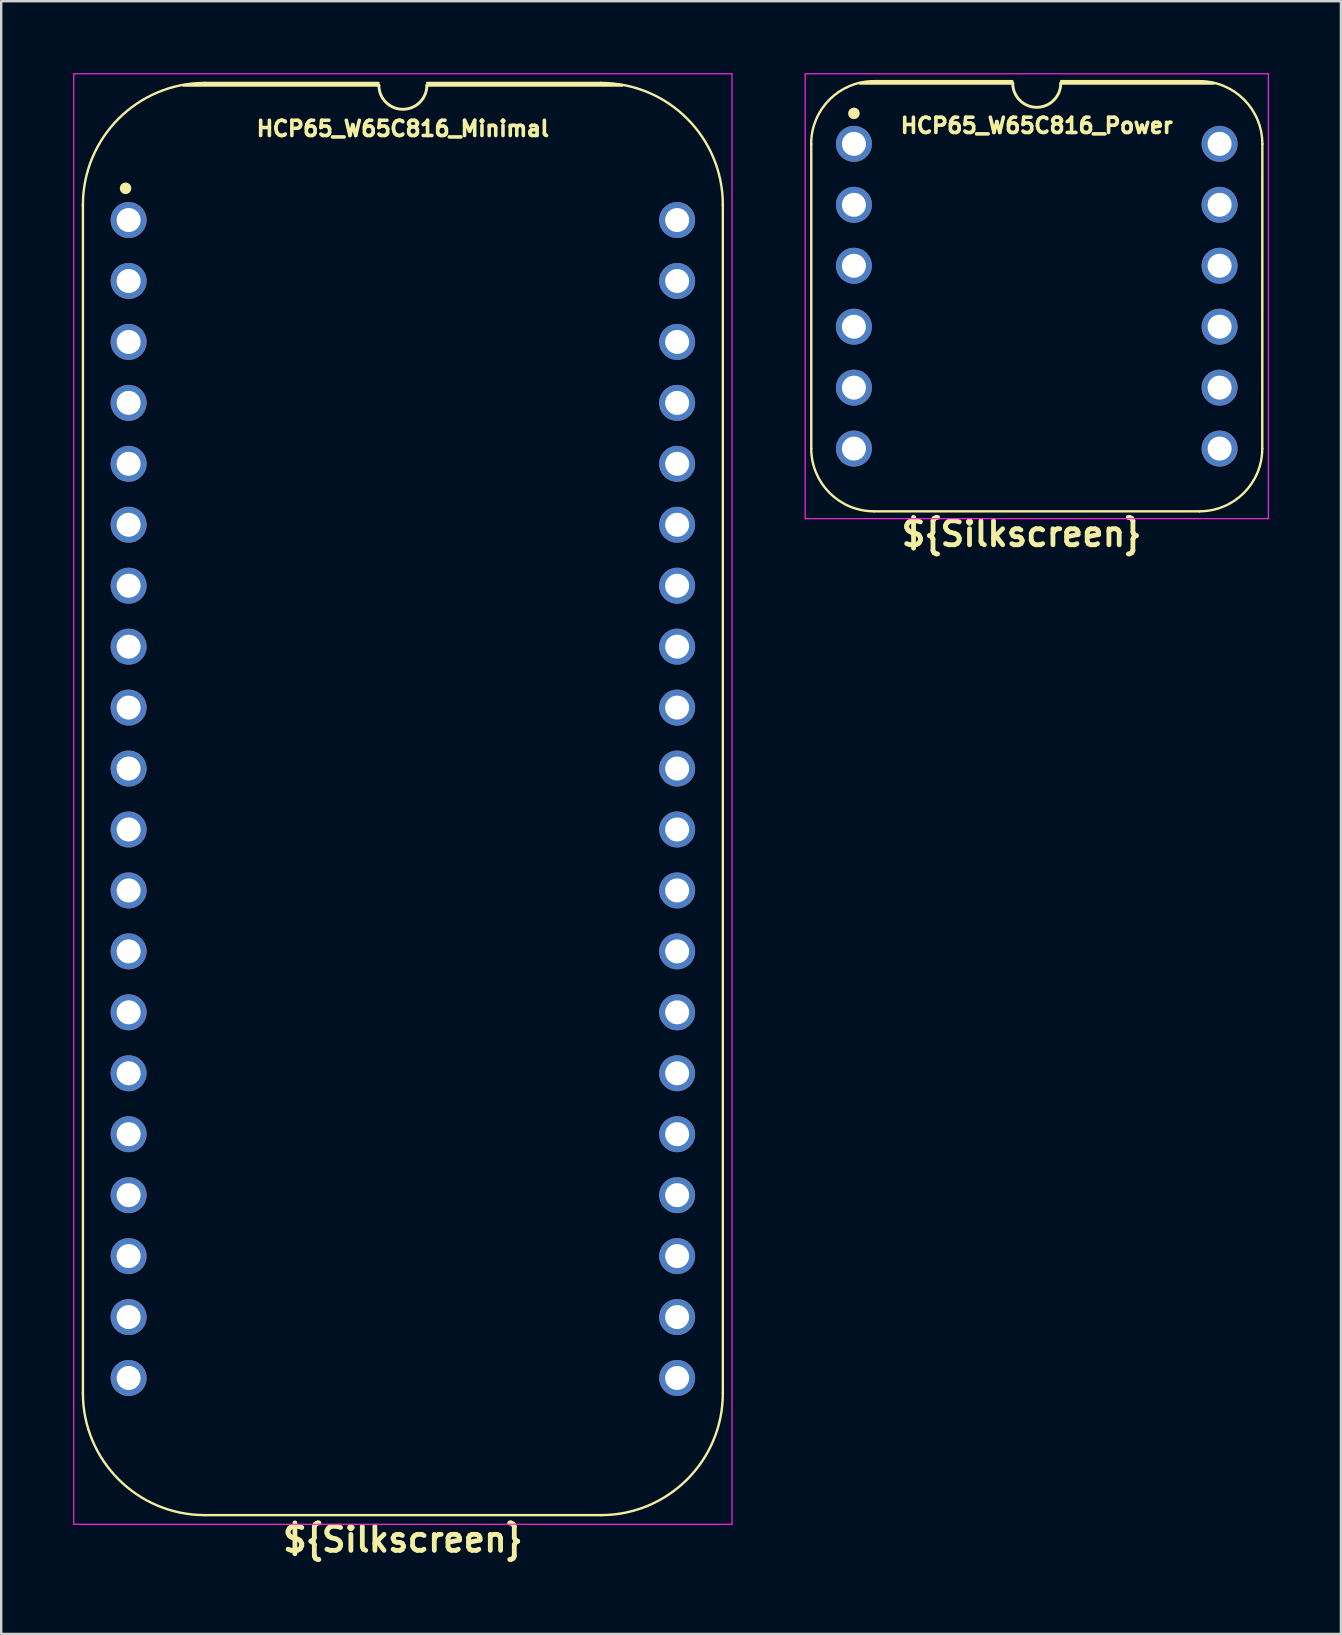
<source format=kicad_pcb>
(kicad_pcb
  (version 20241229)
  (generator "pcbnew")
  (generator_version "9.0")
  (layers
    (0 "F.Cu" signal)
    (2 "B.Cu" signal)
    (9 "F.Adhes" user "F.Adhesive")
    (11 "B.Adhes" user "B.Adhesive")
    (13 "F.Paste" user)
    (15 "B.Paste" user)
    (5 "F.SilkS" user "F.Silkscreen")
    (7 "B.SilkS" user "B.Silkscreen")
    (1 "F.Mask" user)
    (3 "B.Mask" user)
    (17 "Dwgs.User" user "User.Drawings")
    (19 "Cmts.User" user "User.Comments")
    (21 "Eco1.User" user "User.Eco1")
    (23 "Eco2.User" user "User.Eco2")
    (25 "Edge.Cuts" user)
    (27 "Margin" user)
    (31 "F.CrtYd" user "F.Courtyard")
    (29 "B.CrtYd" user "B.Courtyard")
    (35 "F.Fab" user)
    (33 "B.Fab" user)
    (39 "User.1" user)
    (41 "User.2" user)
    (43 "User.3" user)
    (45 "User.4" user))
  (footprint "HCP65_W65C816_Minimal"
    (layer "F.Cu")
    (at 2.311 6.121)
    (property "Reference" "HCP65_W65C816_Minimal" (at 11.43 -3.81 0) (layer "F.SilkS") (effects (font (size 0.635 0.635) (thickness 0.15))))
    (property "Silkscreen" "${Silkscreen}" (at 11.43 54.991 0) (layer "F.SilkS") (effects (font (size 1 1) (thickness 0.2))))
    (attr through_hole)
    (fp_line (start -1.905 -0.635) (end -1.905 48.895) (stroke (width 0.1) (type solid)) (layer "F.SilkS"))
    (fp_line (start 10.414 -5.715) (end 3.175 -5.715) (stroke (width 0.1) (type solid)) (layer "F.SilkS"))
    (fp_line (start 10.43 -5.616) (end 2.286 -5.616) (stroke (width 0.12) (type solid)) (layer "F.SilkS"))
    (fp_line (start 19.685 -5.715) (end 12.446 -5.715) (stroke (width 0.1) (type solid)) (layer "F.SilkS"))
    (fp_line (start 19.685 53.975) (end 3.175 53.975) (stroke (width 0.1) (type solid)) (layer "F.SilkS"))
    (fp_line (start 20.574 -5.616) (end 12.43 -5.616) (stroke (width 0.12) (type solid)) (layer "F.SilkS"))
    (fp_line (start 24.765 48.895) (end 24.765 -0.635) (stroke (width 0.1) (type solid)) (layer "F.SilkS"))
    (fp_arc (start -1.905 -0.635) (mid -0.417102 -4.227102) (end 3.175 -5.715) (stroke (width 0.1) (type solid)) (layer "F.SilkS"))
    (fp_arc (start 3.175 53.975) (mid -0.417102 52.487102) (end -1.905 48.895) (stroke (width 0.1) (type solid)) (layer "F.SilkS"))
    (fp_arc (start 12.43 -5.616) (mid 11.43 -4.616) (end 10.43 -5.616) (stroke (width 0.12) (type solid)) (layer "F.SilkS"))
    (fp_arc (start 19.685 -5.715) (mid 23.277102 -4.227102) (end 24.765 -0.635) (stroke (width 0.1) (type solid)) (layer "F.SilkS"))
    (fp_arc (start 24.765 48.895) (mid 23.277102 52.487102) (end 19.685 53.975) (stroke (width 0.1) (type solid)) (layer "F.SilkS"))
    (fp_circle (center -0.127 -1.323) (end 0.053 -1.323) (stroke (width 0.12) (type solid)) (fill yes) (layer "F.SilkS"))
    (fp_line (start -2.286 -6.096) (end -2.286 54.356) (stroke (width 0.05) (type solid)) (layer "F.CrtYd"))
    (fp_line (start -2.286 -6.096) (end 25.146 -6.096) (stroke (width 0.05) (type solid)) (layer "F.CrtYd"))
    (fp_line (start -2.286 54.356) (end 25.146 54.356) (stroke (width 0.05) (type solid)) (layer "F.CrtYd"))
    (fp_line (start 25.146 54.356) (end 25.146 -6.096) (stroke (width 0.05) (type solid)) (layer "F.CrtYd"))
    (pad "1" thru_hole circle (at 0 0) (size 1.5 1.5) (drill 1) (layers "*.Cu" "*.Mask"))
    (pad "2" thru_hole circle (at 0 2.54) (size 1.5 1.5) (drill 1) (layers "*.Cu" "*.Mask"))
    (pad "3" thru_hole circle (at 0 5.08) (size 1.5 1.5) (drill 1) (layers "*.Cu" "*.Mask"))
    (pad "4" thru_hole circle (at 0 7.62) (size 1.5 1.5) (drill 1) (layers "*.Cu" "*.Mask"))
    (pad "5" thru_hole circle (at 0 10.16) (size 1.5 1.5) (drill 1) (layers "*.Cu" "*.Mask"))
    (pad "6" thru_hole circle (at 0 12.7) (size 1.5 1.5) (drill 1) (layers "*.Cu" "*.Mask"))
    (pad "7" thru_hole circle (at 0 15.24) (size 1.5 1.5) (drill 1) (layers "*.Cu" "*.Mask"))
    (pad "8" thru_hole circle (at 0 17.78) (size 1.5 1.5) (drill 1) (layers "*.Cu" "*.Mask"))
    (pad "9" thru_hole circle (at 0 20.32) (size 1.5 1.5) (drill 1) (layers "*.Cu" "*.Mask"))
    (pad "10" thru_hole circle (at 0 22.86) (size 1.5 1.5) (drill 1) (layers "*.Cu" "*.Mask"))
    (pad "11" thru_hole circle (at 0 25.4) (size 1.5 1.5) (drill 1) (layers "*.Cu" "*.Mask"))
    (pad "12" thru_hole circle (at 0 27.94) (size 1.5 1.5) (drill 1) (layers "*.Cu" "*.Mask"))
    (pad "13" thru_hole circle (at 0 30.48) (size 1.5 1.5) (drill 1) (layers "*.Cu" "*.Mask"))
    (pad "14" thru_hole circle (at 0 33.02) (size 1.5 1.5) (drill 1) (layers "*.Cu" "*.Mask"))
    (pad "15" thru_hole circle (at 0 35.56) (size 1.5 1.5) (drill 1) (layers "*.Cu" "*.Mask"))
    (pad "16" thru_hole circle (at 0 38.1) (size 1.5 1.5) (drill 1) (layers "*.Cu" "*.Mask"))
    (pad "17" thru_hole circle (at 0 40.64) (size 1.5 1.5) (drill 1) (layers "*.Cu" "*.Mask"))
    (pad "18" thru_hole circle (at 0 43.18) (size 1.5 1.5) (drill 1) (layers "*.Cu" "*.Mask"))
    (pad "19" thru_hole circle (at 0 45.72) (size 1.5 1.5) (drill 1) (layers "*.Cu" "*.Mask"))
    (pad "20" thru_hole circle (at 0 48.26) (size 1.5 1.5) (drill 1) (layers "*.Cu" "*.Mask"))
    (pad "21" thru_hole circle (at 22.86 48.26) (size 1.5 1.5) (drill 1) (layers "*.Cu" "*.Mask"))
    (pad "22" thru_hole circle (at 22.86 45.72) (size 1.5 1.5) (drill 1) (layers "*.Cu" "*.Mask"))
    (pad "23" thru_hole circle (at 22.86 43.18) (size 1.5 1.5) (drill 1) (layers "*.Cu" "*.Mask"))
    (pad "24" thru_hole circle (at 22.86 40.64) (size 1.5 1.5) (drill 1) (layers "*.Cu" "*.Mask"))
    (pad "25" thru_hole circle (at 22.86 38.1) (size 1.5 1.5) (drill 1) (layers "*.Cu" "*.Mask"))
    (pad "26" thru_hole circle (at 22.86 35.56) (size 1.5 1.5) (drill 1) (layers "*.Cu" "*.Mask"))
    (pad "27" thru_hole circle (at 22.86 33.02) (size 1.5 1.5) (drill 1) (layers "*.Cu" "*.Mask"))
    (pad "28" thru_hole circle (at 22.86 30.48) (size 1.5 1.5) (drill 1) (layers "*.Cu" "*.Mask"))
    (pad "29" thru_hole circle (at 22.86 27.94) (size 1.5 1.5) (drill 1) (layers "*.Cu" "*.Mask"))
    (pad "30" thru_hole circle (at 22.86 25.4) (size 1.5 1.5) (drill 1) (layers "*.Cu" "*.Mask"))
    (pad "31" thru_hole circle (at 22.86 22.86) (size 1.5 1.5) (drill 1) (layers "*.Cu" "*.Mask"))
    (pad "32" thru_hole circle (at 22.86 20.32) (size 1.5 1.5) (drill 1) (layers "*.Cu" "*.Mask"))
    (pad "33" thru_hole circle (at 22.86 17.78) (size 1.5 1.5) (drill 1) (layers "*.Cu" "*.Mask"))
    (pad "34" thru_hole circle (at 22.86 15.24) (size 1.5 1.5) (drill 1) (layers "*.Cu" "*.Mask"))
    (pad "35" thru_hole circle (at 22.86 12.7) (size 1.5 1.5) (drill 1) (layers "*.Cu" "*.Mask"))
    (pad "36" thru_hole circle (at 22.86 10.16) (size 1.5 1.5) (drill 1) (layers "*.Cu" "*.Mask"))
    (pad "37" thru_hole circle (at 22.86 7.62) (size 1.5 1.5) (drill 1) (layers "*.Cu" "*.Mask"))
    (pad "38" thru_hole circle (at 22.86 5.08) (size 1.5 1.5) (drill 1) (layers "*.Cu" "*.Mask"))
    (pad "39" thru_hole circle (at 22.86 2.54) (size 1.5 1.5) (drill 1) (layers "*.Cu" "*.Mask"))
    (pad "40" thru_hole circle (at 22.86 0) (size 1.5 1.5) (drill 1) (layers "*.Cu" "*.Mask")))
  (footprint "HCP65_W65C816_Power"
    (layer "F.Cu")
    (at 32.539 2.946)
    (property "Reference" "HCP65_W65C816_Power" (at 7.62 -0.762 0) (layer "F.SilkS") (effects (font (size 0.635 0.635) (thickness 0.15))))
    (property "Silkscreen" "${Silkscreen}" (at 6.985 16.256 0) (layer "F.SilkS") (hide yes) (effects (font (size 1 1) (thickness 0.2))))
    (attr through_hole)
    (fp_line (start -1.778 12.7) (end -1.778 0) (stroke (width 0.1) (type solid)) (layer "F.SilkS"))
    (fp_line (start 0.832 -2.614) (end 6.604 -2.614) (stroke (width 0.1) (type solid)) (layer "F.SilkS"))
    (fp_line (start 6.62 -2.524) (end 0.254 -2.524) (stroke (width 0.12) (type solid)) (layer "F.SilkS"))
    (fp_line (start 8.636 -2.614) (end 14.408 -2.614) (stroke (width 0.1) (type solid)) (layer "F.SilkS"))
    (fp_line (start 14.404 15.314) (end 0.836 15.314) (stroke (width 0.1) (type solid)) (layer "F.SilkS"))
    (fp_line (start 14.986 -2.524) (end 8.62 -2.524) (stroke (width 0.12) (type solid)) (layer "F.SilkS"))
    (fp_line (start 17.018 12.7) (end 17.022 0) (stroke (width 0.1) (type solid)) (layer "F.SilkS"))
    (fp_arc (start -1.781544 0) (mid -1.016 -1.848188) (end 0.832188 -2.613732) (stroke (width 0.1) (type solid)) (layer "F.SilkS"))
    (fp_arc (start 0.835733 15.313733) (mid -1.012457 14.548189) (end -1.778 12.7) (stroke (width 0.1) (type solid)) (layer "F.SilkS"))
    (fp_arc (start 8.62 -2.524) (mid 7.62 -1.524) (end 6.62 -2.524) (stroke (width 0.12) (type solid)) (layer "F.SilkS"))
    (fp_arc (start 14.407812 -2.613732) (mid 16.256 -1.848188) (end 17.021544 0) (stroke (width 0.1) (type solid)) (layer "F.SilkS"))
    (fp_arc (start 17.018001 12.700001) (mid 16.252456 14.548188) (end 14.404269 15.313733) (stroke (width 0.1) (type solid)) (layer "F.SilkS"))
    (fp_circle (center 0 -1.27) (end 0.18 -1.27) (stroke (width 0.12) (type solid)) (fill yes) (layer "F.SilkS"))
    (fp_line (start -2.032 -2.921) (end -2.032 15.621) (stroke (width 0.05) (type solid)) (layer "F.CrtYd"))
    (fp_line (start -2.032 -2.921) (end 17.272 -2.921) (stroke (width 0.05) (type solid)) (layer "F.CrtYd"))
    (fp_line (start -2.032 15.621) (end 17.272 15.621) (stroke (width 0.05) (type solid)) (layer "F.CrtYd"))
    (fp_line (start 17.272 -2.921) (end 17.272 15.621) (stroke (width 0.05) (type solid)) (layer "F.CrtYd"))
    (fp_text user "${Silkscreen}" (at 6.985 16.256 0) (layer "F.SilkS") (effects (font (size 1 1) (thickness 0.2) (bold yes))))
    (pad "1" thru_hole circle (at 0 0) (size 1.5 1.5) (drill 1) (layers "*.Cu" "*.Mask"))
    (pad "2" thru_hole circle (at 0 2.54) (size 1.5 1.5) (drill 1) (layers "*.Cu" "*.Mask"))
    (pad "3" thru_hole circle (at 0 5.08) (size 1.5 1.5) (drill 1) (layers "*.Cu" "*.Mask"))
    (pad "4" thru_hole circle (at 0 7.62) (size 1.5 1.5) (drill 1) (layers "*.Cu" "*.Mask"))
    (pad "5" thru_hole circle (at 0 10.16) (size 1.5 1.5) (drill 1) (layers "*.Cu" "*.Mask"))
    (pad "6" thru_hole circle (at 0 12.7) (size 1.5 1.5) (drill 1) (layers "*.Cu" "*.Mask"))
    (pad "7" thru_hole circle (at 15.24 12.7) (size 1.5 1.5) (drill 1) (layers "*.Cu" "*.Mask"))
    (pad "8" thru_hole circle (at 15.24 10.16) (size 1.5 1.5) (drill 1) (layers "*.Cu" "*.Mask"))
    (pad "9" thru_hole circle (at 15.24 7.62) (size 1.5 1.5) (drill 1) (layers "*.Cu" "*.Mask"))
    (pad "10" thru_hole circle (at 15.24 5.08) (size 1.5 1.5) (drill 1) (layers "*.Cu" "*.Mask"))
    (pad "11" thru_hole circle (at 15.24 2.54) (size 1.5 1.5) (drill 1) (layers "*.Cu" "*.Mask"))
    (pad "12" thru_hole circle (at 15.24 0) (size 1.5 1.5) (drill 1) (layers "*.Cu" "*.Mask")))
  (gr_rect
    (start -3 -3)
    (end 52.836 65.048)
    (stroke (width 0.1) (type default))
    (fill no)
    (layer "Edge.Cuts")))
</source>
